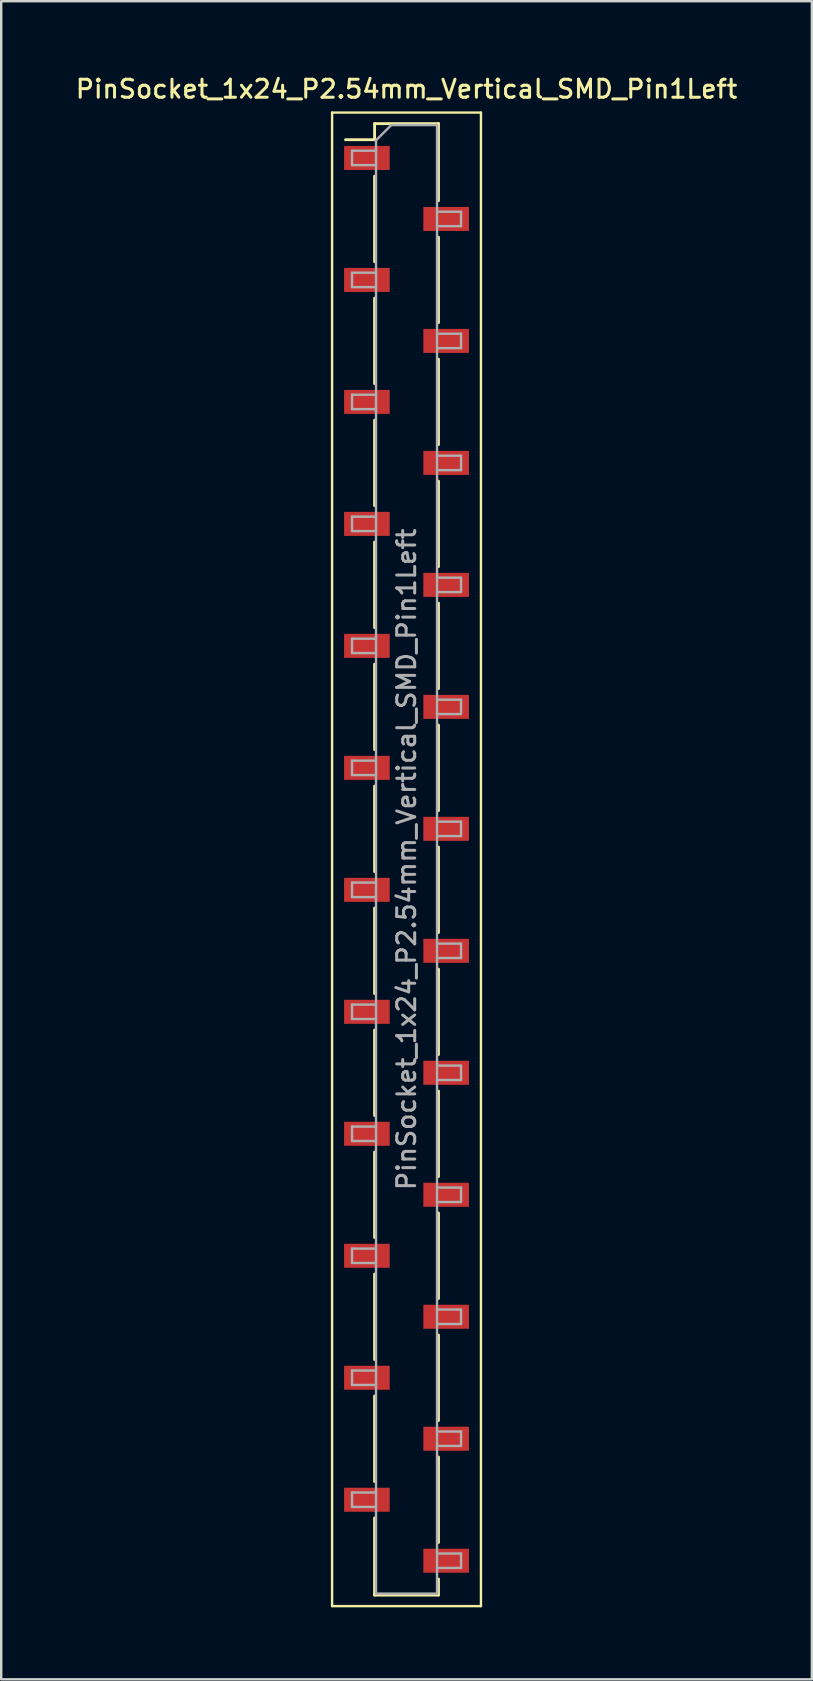
<source format=kicad_pcb>
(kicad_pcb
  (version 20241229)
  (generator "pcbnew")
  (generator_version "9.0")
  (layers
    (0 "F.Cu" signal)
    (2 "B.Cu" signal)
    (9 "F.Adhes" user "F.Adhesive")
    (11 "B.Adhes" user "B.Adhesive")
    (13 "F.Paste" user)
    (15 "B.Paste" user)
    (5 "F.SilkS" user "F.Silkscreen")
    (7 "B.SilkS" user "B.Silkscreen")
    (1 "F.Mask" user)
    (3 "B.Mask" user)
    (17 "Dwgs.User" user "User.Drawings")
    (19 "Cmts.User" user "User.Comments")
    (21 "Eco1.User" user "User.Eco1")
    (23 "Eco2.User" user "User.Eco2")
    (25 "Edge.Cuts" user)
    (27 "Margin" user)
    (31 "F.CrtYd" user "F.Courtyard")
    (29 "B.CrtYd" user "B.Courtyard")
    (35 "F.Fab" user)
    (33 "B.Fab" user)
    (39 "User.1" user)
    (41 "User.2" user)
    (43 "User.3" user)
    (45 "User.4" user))
  (footprint "PinSocket_1x24_P2.54mm_Vertical_SMD_Pin1Left"
    (layer "F.Cu")
    (at 13.88 32.738)
    (property "Reference" "PinSocket_1x24_P2.54mm_Vertical_SMD_Pin1Left" (at 0 -32.08 0) (layer "F.SilkS") (effects (font (size 0.75 0.75) (thickness 0.125))))
    (attr smd)
    (fp_line (start -3.1 -31.1) (end 3.1 -31.1) (stroke (width 0.1) (type solid)) (layer "F.SilkS"))
    (fp_line (start -3.1 31.1) (end -3.1 -31.1) (stroke (width 0.1) (type solid)) (layer "F.SilkS"))
    (fp_line (start -2.54 -29.97) (end -1.33 -29.97) (stroke (width 0.12) (type solid)) (layer "F.SilkS"))
    (fp_line (start -1.33 -30.64) (end -1.33 -29.97) (stroke (width 0.12) (type solid)) (layer "F.SilkS"))
    (fp_line (start -1.33 -30.64) (end 1.33 -30.64) (stroke (width 0.12) (type solid)) (layer "F.SilkS"))
    (fp_line (start -1.33 -28.45) (end -1.33 -24.89) (stroke (width 0.12) (type solid)) (layer "F.SilkS"))
    (fp_line (start -1.33 -23.37) (end -1.33 -19.81) (stroke (width 0.12) (type solid)) (layer "F.SilkS"))
    (fp_line (start -1.33 -18.29) (end -1.33 -14.73) (stroke (width 0.12) (type solid)) (layer "F.SilkS"))
    (fp_line (start -1.33 -13.21) (end -1.33 -9.65) (stroke (width 0.12) (type solid)) (layer "F.SilkS"))
    (fp_line (start -1.33 -8.13) (end -1.33 -4.57) (stroke (width 0.12) (type solid)) (layer "F.SilkS"))
    (fp_line (start -1.33 -3.05) (end -1.33 0.51) (stroke (width 0.12) (type solid)) (layer "F.SilkS"))
    (fp_line (start -1.33 2.03) (end -1.33 5.59) (stroke (width 0.12) (type solid)) (layer "F.SilkS"))
    (fp_line (start -1.33 7.11) (end -1.33 10.67) (stroke (width 0.12) (type solid)) (layer "F.SilkS"))
    (fp_line (start -1.33 12.19) (end -1.33 15.75) (stroke (width 0.12) (type solid)) (layer "F.SilkS"))
    (fp_line (start -1.33 17.27) (end -1.33 20.83) (stroke (width 0.12) (type solid)) (layer "F.SilkS"))
    (fp_line (start -1.33 22.35) (end -1.33 25.91) (stroke (width 0.12) (type solid)) (layer "F.SilkS"))
    (fp_line (start -1.33 27.43) (end -1.33 30.64) (stroke (width 0.12) (type solid)) (layer "F.SilkS"))
    (fp_line (start -1.33 30.64) (end 1.33 30.64) (stroke (width 0.12) (type solid)) (layer "F.SilkS"))
    (fp_line (start 1.33 -30.64) (end 1.33 -27.43) (stroke (width 0.12) (type solid)) (layer "F.SilkS"))
    (fp_line (start 1.33 -25.91) (end 1.33 -22.35) (stroke (width 0.12) (type solid)) (layer "F.SilkS"))
    (fp_line (start 1.33 -20.83) (end 1.33 -17.27) (stroke (width 0.12) (type solid)) (layer "F.SilkS"))
    (fp_line (start 1.33 -15.75) (end 1.33 -12.19) (stroke (width 0.12) (type solid)) (layer "F.SilkS"))
    (fp_line (start 1.33 -10.67) (end 1.33 -7.11) (stroke (width 0.12) (type solid)) (layer "F.SilkS"))
    (fp_line (start 1.33 -5.59) (end 1.33 -2.03) (stroke (width 0.12) (type solid)) (layer "F.SilkS"))
    (fp_line (start 1.33 -0.51) (end 1.33 3.05) (stroke (width 0.12) (type solid)) (layer "F.SilkS"))
    (fp_line (start 1.33 4.57) (end 1.33 8.13) (stroke (width 0.12) (type solid)) (layer "F.SilkS"))
    (fp_line (start 1.33 9.65) (end 1.33 13.21) (stroke (width 0.12) (type solid)) (layer "F.SilkS"))
    (fp_line (start 1.33 14.73) (end 1.33 18.29) (stroke (width 0.12) (type solid)) (layer "F.SilkS"))
    (fp_line (start 1.33 19.81) (end 1.33 23.37) (stroke (width 0.12) (type solid)) (layer "F.SilkS"))
    (fp_line (start 1.33 24.89) (end 1.33 28.45) (stroke (width 0.12) (type solid)) (layer "F.SilkS"))
    (fp_line (start 1.33 29.97) (end 1.33 30.64) (stroke (width 0.12) (type solid)) (layer "F.SilkS"))
    (fp_line (start 3.1 -31.1) (end 3.1 31.1) (stroke (width 0.1) (type solid)) (layer "F.SilkS"))
    (fp_line (start 3.1 31.1) (end -3.1 31.1) (stroke (width 0.1) (type solid)) (layer "F.SilkS"))
    (fp_line (start -2.27 -29.51) (end -1.27 -29.51) (stroke (width 0.1) (type solid)) (layer "F.Fab"))
    (fp_line (start -2.27 -28.91) (end -2.27 -29.51) (stroke (width 0.1) (type solid)) (layer "F.Fab"))
    (fp_line (start -2.27 -24.43) (end -1.27 -24.43) (stroke (width 0.1) (type solid)) (layer "F.Fab"))
    (fp_line (start -2.27 -23.83) (end -2.27 -24.43) (stroke (width 0.1) (type solid)) (layer "F.Fab"))
    (fp_line (start -2.27 -19.35) (end -1.27 -19.35) (stroke (width 0.1) (type solid)) (layer "F.Fab"))
    (fp_line (start -2.27 -18.75) (end -2.27 -19.35) (stroke (width 0.1) (type solid)) (layer "F.Fab"))
    (fp_line (start -2.27 -14.27) (end -1.27 -14.27) (stroke (width 0.1) (type solid)) (layer "F.Fab"))
    (fp_line (start -2.27 -13.67) (end -2.27 -14.27) (stroke (width 0.1) (type solid)) (layer "F.Fab"))
    (fp_line (start -2.27 -9.19) (end -1.27 -9.19) (stroke (width 0.1) (type solid)) (layer "F.Fab"))
    (fp_line (start -2.27 -8.59) (end -2.27 -9.19) (stroke (width 0.1) (type solid)) (layer "F.Fab"))
    (fp_line (start -2.27 -4.11) (end -1.27 -4.11) (stroke (width 0.1) (type solid)) (layer "F.Fab"))
    (fp_line (start -2.27 -3.51) (end -2.27 -4.11) (stroke (width 0.1) (type solid)) (layer "F.Fab"))
    (fp_line (start -2.27 0.97) (end -1.27 0.97) (stroke (width 0.1) (type solid)) (layer "F.Fab"))
    (fp_line (start -2.27 1.57) (end -2.27 0.97) (stroke (width 0.1) (type solid)) (layer "F.Fab"))
    (fp_line (start -2.27 6.05) (end -1.27 6.05) (stroke (width 0.1) (type solid)) (layer "F.Fab"))
    (fp_line (start -2.27 6.65) (end -2.27 6.05) (stroke (width 0.1) (type solid)) (layer "F.Fab"))
    (fp_line (start -2.27 11.13) (end -1.27 11.13) (stroke (width 0.1) (type solid)) (layer "F.Fab"))
    (fp_line (start -2.27 11.73) (end -2.27 11.13) (stroke (width 0.1) (type solid)) (layer "F.Fab"))
    (fp_line (start -2.27 16.21) (end -1.27 16.21) (stroke (width 0.1) (type solid)) (layer "F.Fab"))
    (fp_line (start -2.27 16.81) (end -2.27 16.21) (stroke (width 0.1) (type solid)) (layer "F.Fab"))
    (fp_line (start -2.27 21.29) (end -1.27 21.29) (stroke (width 0.1) (type solid)) (layer "F.Fab"))
    (fp_line (start -2.27 21.89) (end -2.27 21.29) (stroke (width 0.1) (type solid)) (layer "F.Fab"))
    (fp_line (start -2.27 26.37) (end -1.27 26.37) (stroke (width 0.1) (type solid)) (layer "F.Fab"))
    (fp_line (start -2.27 26.97) (end -2.27 26.37) (stroke (width 0.1) (type solid)) (layer "F.Fab"))
    (fp_line (start -1.27 -29.945) (end -0.635 -30.58) (stroke (width 0.1) (type solid)) (layer "F.Fab"))
    (fp_line (start -1.27 -28.91) (end -2.27 -28.91) (stroke (width 0.1) (type solid)) (layer "F.Fab"))
    (fp_line (start -1.27 -23.83) (end -2.27 -23.83) (stroke (width 0.1) (type solid)) (layer "F.Fab"))
    (fp_line (start -1.27 -18.75) (end -2.27 -18.75) (stroke (width 0.1) (type solid)) (layer "F.Fab"))
    (fp_line (start -1.27 -13.67) (end -2.27 -13.67) (stroke (width 0.1) (type solid)) (layer "F.Fab"))
    (fp_line (start -1.27 -8.59) (end -2.27 -8.59) (stroke (width 0.1) (type solid)) (layer "F.Fab"))
    (fp_line (start -1.27 -3.51) (end -2.27 -3.51) (stroke (width 0.1) (type solid)) (layer "F.Fab"))
    (fp_line (start -1.27 1.57) (end -2.27 1.57) (stroke (width 0.1) (type solid)) (layer "F.Fab"))
    (fp_line (start -1.27 6.65) (end -2.27 6.65) (stroke (width 0.1) (type solid)) (layer "F.Fab"))
    (fp_line (start -1.27 11.73) (end -2.27 11.73) (stroke (width 0.1) (type solid)) (layer "F.Fab"))
    (fp_line (start -1.27 16.81) (end -2.27 16.81) (stroke (width 0.1) (type solid)) (layer "F.Fab"))
    (fp_line (start -1.27 21.89) (end -2.27 21.89) (stroke (width 0.1) (type solid)) (layer "F.Fab"))
    (fp_line (start -1.27 26.97) (end -2.27 26.97) (stroke (width 0.1) (type solid)) (layer "F.Fab"))
    (fp_line (start -1.27 30.58) (end -1.27 -29.945) (stroke (width 0.1) (type solid)) (layer "F.Fab"))
    (fp_line (start -0.635 -30.58) (end 1.27 -30.58) (stroke (width 0.1) (type solid)) (layer "F.Fab"))
    (fp_line (start 1.27 -30.58) (end 1.27 30.58) (stroke (width 0.1) (type solid)) (layer "F.Fab"))
    (fp_line (start 1.27 -26.97) (end 2.27 -26.97) (stroke (width 0.1) (type solid)) (layer "F.Fab"))
    (fp_line (start 1.27 -21.89) (end 2.27 -21.89) (stroke (width 0.1) (type solid)) (layer "F.Fab"))
    (fp_line (start 1.27 -16.81) (end 2.27 -16.81) (stroke (width 0.1) (type solid)) (layer "F.Fab"))
    (fp_line (start 1.27 -11.73) (end 2.27 -11.73) (stroke (width 0.1) (type solid)) (layer "F.Fab"))
    (fp_line (start 1.27 -6.65) (end 2.27 -6.65) (stroke (width 0.1) (type solid)) (layer "F.Fab"))
    (fp_line (start 1.27 -1.57) (end 2.27 -1.57) (stroke (width 0.1) (type solid)) (layer "F.Fab"))
    (fp_line (start 1.27 3.51) (end 2.27 3.51) (stroke (width 0.1) (type solid)) (layer "F.Fab"))
    (fp_line (start 1.27 8.59) (end 2.27 8.59) (stroke (width 0.1) (type solid)) (layer "F.Fab"))
    (fp_line (start 1.27 13.67) (end 2.27 13.67) (stroke (width 0.1) (type solid)) (layer "F.Fab"))
    (fp_line (start 1.27 18.75) (end 2.27 18.75) (stroke (width 0.1) (type solid)) (layer "F.Fab"))
    (fp_line (start 1.27 23.83) (end 2.27 23.83) (stroke (width 0.1) (type solid)) (layer "F.Fab"))
    (fp_line (start 1.27 28.91) (end 2.27 28.91) (stroke (width 0.1) (type solid)) (layer "F.Fab"))
    (fp_line (start 1.27 30.58) (end -1.27 30.58) (stroke (width 0.1) (type solid)) (layer "F.Fab"))
    (fp_line (start 2.27 -26.97) (end 2.27 -26.37) (stroke (width 0.1) (type solid)) (layer "F.Fab"))
    (fp_line (start 2.27 -26.37) (end 1.27 -26.37) (stroke (width 0.1) (type solid)) (layer "F.Fab"))
    (fp_line (start 2.27 -21.89) (end 2.27 -21.29) (stroke (width 0.1) (type solid)) (layer "F.Fab"))
    (fp_line (start 2.27 -21.29) (end 1.27 -21.29) (stroke (width 0.1) (type solid)) (layer "F.Fab"))
    (fp_line (start 2.27 -16.81) (end 2.27 -16.21) (stroke (width 0.1) (type solid)) (layer "F.Fab"))
    (fp_line (start 2.27 -16.21) (end 1.27 -16.21) (stroke (width 0.1) (type solid)) (layer "F.Fab"))
    (fp_line (start 2.27 -11.73) (end 2.27 -11.13) (stroke (width 0.1) (type solid)) (layer "F.Fab"))
    (fp_line (start 2.27 -11.13) (end 1.27 -11.13) (stroke (width 0.1) (type solid)) (layer "F.Fab"))
    (fp_line (start 2.27 -6.65) (end 2.27 -6.05) (stroke (width 0.1) (type solid)) (layer "F.Fab"))
    (fp_line (start 2.27 -6.05) (end 1.27 -6.05) (stroke (width 0.1) (type solid)) (layer "F.Fab"))
    (fp_line (start 2.27 -1.57) (end 2.27 -0.97) (stroke (width 0.1) (type solid)) (layer "F.Fab"))
    (fp_line (start 2.27 -0.97) (end 1.27 -0.97) (stroke (width 0.1) (type solid)) (layer "F.Fab"))
    (fp_line (start 2.27 3.51) (end 2.27 4.11) (stroke (width 0.1) (type solid)) (layer "F.Fab"))
    (fp_line (start 2.27 4.11) (end 1.27 4.11) (stroke (width 0.1) (type solid)) (layer "F.Fab"))
    (fp_line (start 2.27 8.59) (end 2.27 9.19) (stroke (width 0.1) (type solid)) (layer "F.Fab"))
    (fp_line (start 2.27 9.19) (end 1.27 9.19) (stroke (width 0.1) (type solid)) (layer "F.Fab"))
    (fp_line (start 2.27 13.67) (end 2.27 14.27) (stroke (width 0.1) (type solid)) (layer "F.Fab"))
    (fp_line (start 2.27 14.27) (end 1.27 14.27) (stroke (width 0.1) (type solid)) (layer "F.Fab"))
    (fp_line (start 2.27 18.75) (end 2.27 19.35) (stroke (width 0.1) (type solid)) (layer "F.Fab"))
    (fp_line (start 2.27 19.35) (end 1.27 19.35) (stroke (width 0.1) (type solid)) (layer "F.Fab"))
    (fp_line (start 2.27 23.83) (end 2.27 24.43) (stroke (width 0.1) (type solid)) (layer "F.Fab"))
    (fp_line (start 2.27 24.43) (end 1.27 24.43) (stroke (width 0.1) (type solid)) (layer "F.Fab"))
    (fp_line (start 2.27 28.91) (end 2.27 29.51) (stroke (width 0.1) (type solid)) (layer "F.Fab"))
    (fp_line (start 2.27 29.51) (end 1.27 29.51) (stroke (width 0.1) (type solid)) (layer "F.Fab"))
    (fp_text user "${REFERENCE}" (at 0 0 90) (layer "F.Fab") (effects (font (size 0.75 0.75) (thickness 0.125))))
    (pad "1" smd rect (at -1.65 -29.21) (size 1.9 1) (layers "F.Cu" "F.Mask" "F.Paste"))
    (pad "2" smd rect (at 1.65 -26.67) (size 1.9 1) (layers "F.Cu" "F.Mask" "F.Paste"))
    (pad "3" smd rect (at -1.65 -24.13) (size 1.9 1) (layers "F.Cu" "F.Mask" "F.Paste"))
    (pad "4" smd rect (at 1.65 -21.59) (size 1.9 1) (layers "F.Cu" "F.Mask" "F.Paste"))
    (pad "5" smd rect (at -1.65 -19.05) (size 1.9 1) (layers "F.Cu" "F.Mask" "F.Paste"))
    (pad "6" smd rect (at 1.65 -16.51) (size 1.9 1) (layers "F.Cu" "F.Mask" "F.Paste"))
    (pad "7" smd rect (at -1.65 -13.97) (size 1.9 1) (layers "F.Cu" "F.Mask" "F.Paste"))
    (pad "8" smd rect (at 1.65 -11.43) (size 1.9 1) (layers "F.Cu" "F.Mask" "F.Paste"))
    (pad "9" smd rect (at -1.65 -8.89) (size 1.9 1) (layers "F.Cu" "F.Mask" "F.Paste"))
    (pad "10" smd rect (at 1.65 -6.35) (size 1.9 1) (layers "F.Cu" "F.Mask" "F.Paste"))
    (pad "11" smd rect (at -1.65 -3.81) (size 1.9 1) (layers "F.Cu" "F.Mask" "F.Paste"))
    (pad "12" smd rect (at 1.65 -1.27) (size 1.9 1) (layers "F.Cu" "F.Mask" "F.Paste"))
    (pad "13" smd rect (at -1.65 1.27) (size 1.9 1) (layers "F.Cu" "F.Mask" "F.Paste"))
    (pad "14" smd rect (at 1.65 3.81) (size 1.9 1) (layers "F.Cu" "F.Mask" "F.Paste"))
    (pad "15" smd rect (at -1.65 6.35) (size 1.9 1) (layers "F.Cu" "F.Mask" "F.Paste"))
    (pad "16" smd rect (at 1.65 8.89) (size 1.9 1) (layers "F.Cu" "F.Mask" "F.Paste"))
    (pad "17" smd rect (at -1.65 11.43) (size 1.9 1) (layers "F.Cu" "F.Mask" "F.Paste"))
    (pad "18" smd rect (at 1.65 13.97) (size 1.9 1) (layers "F.Cu" "F.Mask" "F.Paste"))
    (pad "19" smd rect (at -1.65 16.51) (size 1.9 1) (layers "F.Cu" "F.Mask" "F.Paste"))
    (pad "20" smd rect (at 1.65 19.05) (size 1.9 1) (layers "F.Cu" "F.Mask" "F.Paste"))
    (pad "21" smd rect (at -1.65 21.59) (size 1.9 1) (layers "F.Cu" "F.Mask" "F.Paste"))
    (pad "22" smd rect (at 1.65 24.13) (size 1.9 1) (layers "F.Cu" "F.Mask" "F.Paste"))
    (pad "23" smd rect (at -1.65 26.67) (size 1.9 1) (layers "F.Cu" "F.Mask" "F.Paste"))
    (pad "24" smd rect (at 1.65 29.21) (size 1.9 1) (layers "F.Cu" "F.Mask" "F.Paste")))
  (gr_rect
    (start -3 -3)
    (end 30.761 66.888)
    (stroke (width 0.1) (type default))
    (fill no)
    (layer "Edge.Cuts")))
</source>
